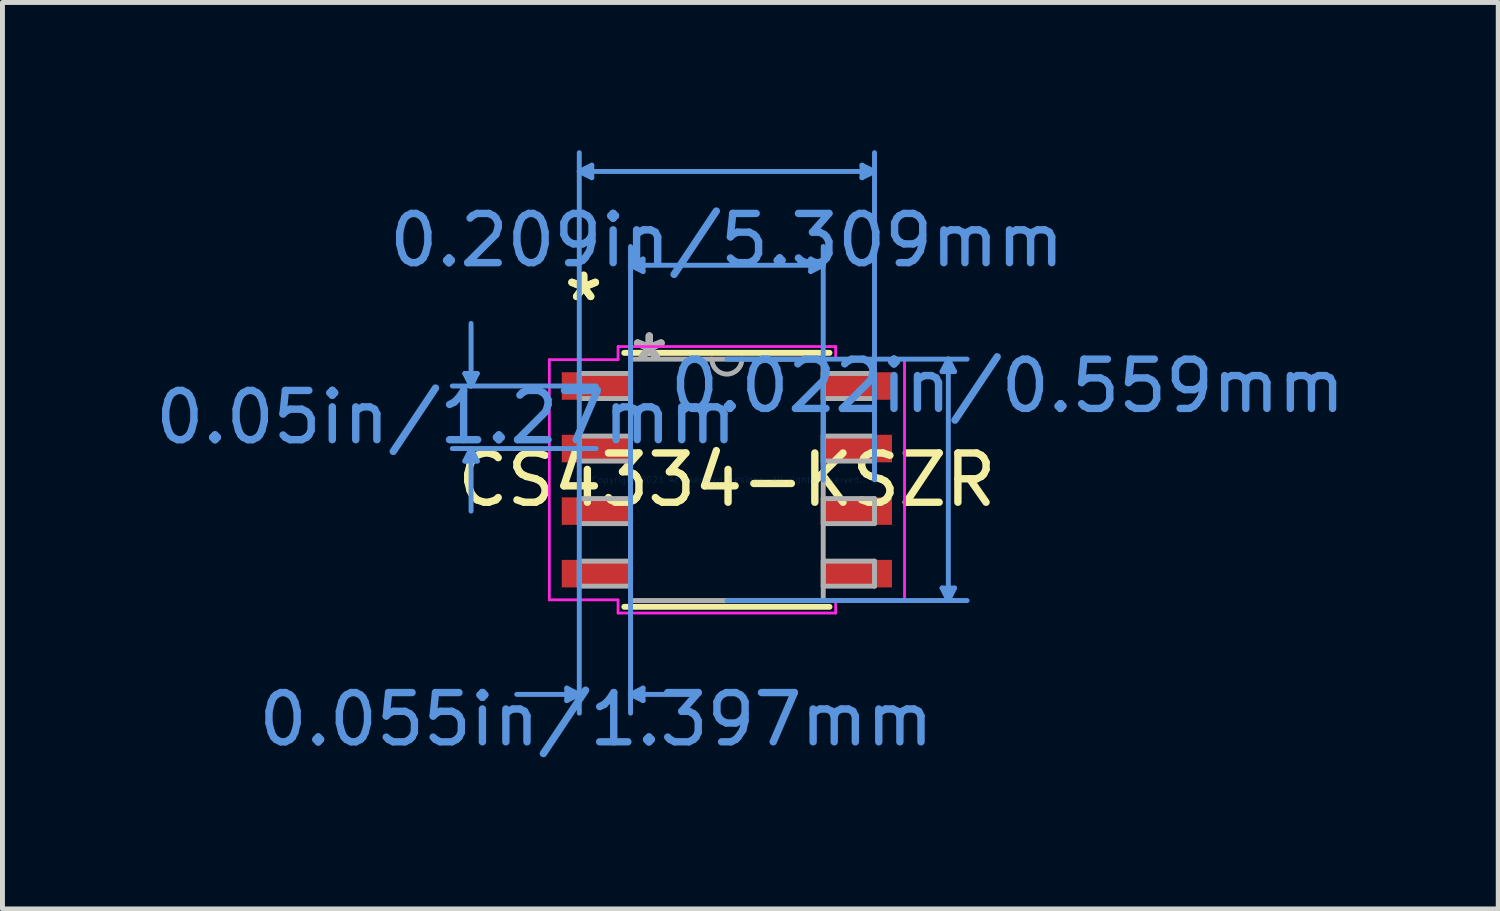
<source format=kicad_pcb>
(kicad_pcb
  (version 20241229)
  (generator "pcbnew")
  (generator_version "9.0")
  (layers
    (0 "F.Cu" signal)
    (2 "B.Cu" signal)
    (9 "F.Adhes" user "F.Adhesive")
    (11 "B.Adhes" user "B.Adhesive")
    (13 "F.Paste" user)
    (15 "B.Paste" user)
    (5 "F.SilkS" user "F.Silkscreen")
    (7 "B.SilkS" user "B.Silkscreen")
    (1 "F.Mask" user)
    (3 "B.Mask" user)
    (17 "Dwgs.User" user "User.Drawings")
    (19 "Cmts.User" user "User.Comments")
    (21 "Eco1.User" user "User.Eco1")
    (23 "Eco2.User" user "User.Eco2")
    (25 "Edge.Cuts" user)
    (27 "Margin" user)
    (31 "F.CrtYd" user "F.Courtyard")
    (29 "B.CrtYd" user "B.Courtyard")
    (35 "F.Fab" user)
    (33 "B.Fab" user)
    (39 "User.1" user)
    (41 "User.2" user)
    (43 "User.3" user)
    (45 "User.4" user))
  (footprint "CS4334-KSZR"
    (layer "F.Cu")
    (at 11.708 6.692)
    (property "Reference" "CS4334-KSZR" (at 0 0 0) (layer "F.SilkS") (effects (font (size 1 1) (thickness 0.15))))
    (attr through_hole)
    (fp_line (start -2.083 2.578) (end 2.083 2.578) (stroke (width 0.12) (type solid)) (layer "F.SilkS"))
    (fp_line (start 2.083 -2.578) (end -2.083 -2.578) (stroke (width 0.12) (type solid)) (layer "F.SilkS"))
    (fp_line (start -5.321 -2.159) (end -5.067 -2.159) (stroke (width 0.1) (type solid)) (layer "Cmts.User"))
    (fp_line (start -5.321 -0.381) (end -5.067 -0.381) (stroke (width 0.1) (type solid)) (layer "Cmts.User"))
    (fp_line (start -5.194 -1.905) (end -5.321 -2.159) (stroke (width 0.1) (type solid)) (layer "Cmts.User"))
    (fp_line (start -5.194 -1.905) (end -5.194 -3.175) (stroke (width 0.1) (type solid)) (layer "Cmts.User"))
    (fp_line (start -5.194 -1.905) (end -5.067 -2.159) (stroke (width 0.1) (type solid)) (layer "Cmts.User"))
    (fp_line (start -5.194 -0.635) (end -5.321 -0.381) (stroke (width 0.1) (type solid)) (layer "Cmts.User"))
    (fp_line (start -5.194 -0.635) (end -5.194 0.635) (stroke (width 0.1) (type solid)) (layer "Cmts.User"))
    (fp_line (start -5.194 -0.635) (end -5.067 -0.381) (stroke (width 0.1) (type solid)) (layer "Cmts.User"))
    (fp_line (start -3.251 4.229) (end -3.251 4.483) (stroke (width 0.1) (type solid)) (layer "Cmts.User"))
    (fp_line (start -2.997 -6.261) (end -2.743 -6.388) (stroke (width 0.1) (type solid)) (layer "Cmts.User"))
    (fp_line (start -2.997 -6.261) (end -2.743 -6.134) (stroke (width 0.1) (type solid)) (layer "Cmts.User"))
    (fp_line (start -2.997 -6.261) (end 2.997 -6.261) (stroke (width 0.1) (type solid)) (layer "Cmts.User"))
    (fp_line (start -2.997 0) (end -2.997 -6.642) (stroke (width 0.1) (type solid)) (layer "Cmts.User"))
    (fp_line (start -2.997 0) (end -2.997 4.737) (stroke (width 0.1) (type solid)) (layer "Cmts.User"))
    (fp_line (start -2.997 4.356) (end -4.267 4.356) (stroke (width 0.1) (type solid)) (layer "Cmts.User"))
    (fp_line (start -2.997 4.356) (end -3.251 4.229) (stroke (width 0.1) (type solid)) (layer "Cmts.User"))
    (fp_line (start -2.997 4.356) (end -3.251 4.483) (stroke (width 0.1) (type solid)) (layer "Cmts.User"))
    (fp_line (start -2.743 -6.388) (end -2.743 -6.134) (stroke (width 0.1) (type solid)) (layer "Cmts.User"))
    (fp_line (start -2.654 -1.905) (end -5.575 -1.905) (stroke (width 0.1) (type solid)) (layer "Cmts.User"))
    (fp_line (start -2.654 -0.635) (end -5.575 -0.635) (stroke (width 0.1) (type solid)) (layer "Cmts.User"))
    (fp_line (start -1.956 -4.356) (end -1.702 -4.483) (stroke (width 0.1) (type solid)) (layer "Cmts.User"))
    (fp_line (start -1.956 -4.356) (end -1.702 -4.229) (stroke (width 0.1) (type solid)) (layer "Cmts.User"))
    (fp_line (start -1.956 -4.356) (end 1.956 -4.356) (stroke (width 0.1) (type solid)) (layer "Cmts.User"))
    (fp_line (start -1.956 0) (end -1.956 -4.737) (stroke (width 0.1) (type solid)) (layer "Cmts.User"))
    (fp_line (start -1.956 0) (end -1.956 4.737) (stroke (width 0.1) (type solid)) (layer "Cmts.User"))
    (fp_line (start -1.956 4.356) (end -1.702 4.229) (stroke (width 0.1) (type solid)) (layer "Cmts.User"))
    (fp_line (start -1.956 4.356) (end -1.702 4.483) (stroke (width 0.1) (type solid)) (layer "Cmts.User"))
    (fp_line (start -1.956 4.356) (end -0.686 4.356) (stroke (width 0.1) (type solid)) (layer "Cmts.User"))
    (fp_line (start -1.702 -4.483) (end -1.702 -4.229) (stroke (width 0.1) (type solid)) (layer "Cmts.User"))
    (fp_line (start -1.702 4.229) (end -1.702 4.483) (stroke (width 0.1) (type solid)) (layer "Cmts.User"))
    (fp_line (start 0 -2.451) (end 4.877 -2.451) (stroke (width 0.1) (type solid)) (layer "Cmts.User"))
    (fp_line (start 0 2.451) (end 4.877 2.451) (stroke (width 0.1) (type solid)) (layer "Cmts.User"))
    (fp_line (start 1.702 -4.483) (end 1.702 -4.229) (stroke (width 0.1) (type solid)) (layer "Cmts.User"))
    (fp_line (start 1.956 -4.356) (end 1.702 -4.483) (stroke (width 0.1) (type solid)) (layer "Cmts.User"))
    (fp_line (start 1.956 -4.356) (end 1.702 -4.229) (stroke (width 0.1) (type solid)) (layer "Cmts.User"))
    (fp_line (start 1.956 0) (end 1.956 -4.737) (stroke (width 0.1) (type solid)) (layer "Cmts.User"))
    (fp_line (start 2.743 -6.388) (end 2.743 -6.134) (stroke (width 0.1) (type solid)) (layer "Cmts.User"))
    (fp_line (start 2.997 -6.261) (end 2.743 -6.388) (stroke (width 0.1) (type solid)) (layer "Cmts.User"))
    (fp_line (start 2.997 -6.261) (end 2.743 -6.134) (stroke (width 0.1) (type solid)) (layer "Cmts.User"))
    (fp_line (start 2.997 0) (end 2.997 -6.642) (stroke (width 0.1) (type solid)) (layer "Cmts.User"))
    (fp_line (start 4.369 -2.197) (end 4.623 -2.197) (stroke (width 0.1) (type solid)) (layer "Cmts.User"))
    (fp_line (start 4.369 2.197) (end 4.623 2.197) (stroke (width 0.1) (type solid)) (layer "Cmts.User"))
    (fp_line (start 4.496 -2.451) (end 4.369 -2.197) (stroke (width 0.1) (type solid)) (layer "Cmts.User"))
    (fp_line (start 4.496 -2.451) (end 4.496 2.451) (stroke (width 0.1) (type solid)) (layer "Cmts.User"))
    (fp_line (start 4.496 -2.451) (end 4.623 -2.197) (stroke (width 0.1) (type solid)) (layer "Cmts.User"))
    (fp_line (start 4.496 2.451) (end 4.369 2.197) (stroke (width 0.1) (type solid)) (layer "Cmts.User"))
    (fp_line (start 4.496 2.451) (end 4.623 2.197) (stroke (width 0.1) (type solid)) (layer "Cmts.User"))
    (fp_line (start -3.607 -2.438) (end -2.21 -2.438) (stroke (width 0.05) (type solid)) (layer "F.CrtYd"))
    (fp_line (start -3.607 -2.438) (end -2.21 -2.438) (stroke (width 0.05) (type solid)) (layer "F.CrtYd"))
    (fp_line (start -3.607 2.438) (end -3.607 -2.438) (stroke (width 0.05) (type solid)) (layer "F.CrtYd"))
    (fp_line (start -3.607 2.438) (end -3.607 -2.438) (stroke (width 0.05) (type solid)) (layer "F.CrtYd"))
    (fp_line (start -3.607 2.438) (end -2.21 2.438) (stroke (width 0.05) (type solid)) (layer "F.CrtYd"))
    (fp_line (start -2.21 -2.705) (end 2.21 -2.705) (stroke (width 0.05) (type solid)) (layer "F.CrtYd"))
    (fp_line (start -2.21 -2.705) (end 2.21 -2.705) (stroke (width 0.05) (type solid)) (layer "F.CrtYd"))
    (fp_line (start -2.21 -2.438) (end -2.21 -2.705) (stroke (width 0.05) (type solid)) (layer "F.CrtYd"))
    (fp_line (start -2.21 -2.438) (end -2.21 -2.705) (stroke (width 0.05) (type solid)) (layer "F.CrtYd"))
    (fp_line (start -2.21 2.438) (end -3.607 2.438) (stroke (width 0.05) (type solid)) (layer "F.CrtYd"))
    (fp_line (start -2.21 2.705) (end -2.21 2.438) (stroke (width 0.05) (type solid)) (layer "F.CrtYd"))
    (fp_line (start -2.21 2.705) (end -2.21 2.438) (stroke (width 0.05) (type solid)) (layer "F.CrtYd"))
    (fp_line (start 2.21 -2.705) (end 2.21 -2.438) (stroke (width 0.05) (type solid)) (layer "F.CrtYd"))
    (fp_line (start 2.21 -2.705) (end 2.21 -2.438) (stroke (width 0.05) (type solid)) (layer "F.CrtYd"))
    (fp_line (start 2.21 -2.438) (end 3.607 -2.438) (stroke (width 0.05) (type solid)) (layer "F.CrtYd"))
    (fp_line (start 2.21 2.438) (end 2.21 2.705) (stroke (width 0.05) (type solid)) (layer "F.CrtYd"))
    (fp_line (start 2.21 2.438) (end 2.21 2.705) (stroke (width 0.05) (type solid)) (layer "F.CrtYd"))
    (fp_line (start 2.21 2.705) (end -2.21 2.705) (stroke (width 0.05) (type solid)) (layer "F.CrtYd"))
    (fp_line (start 2.21 2.705) (end -2.21 2.705) (stroke (width 0.05) (type solid)) (layer "F.CrtYd"))
    (fp_line (start 3.607 -2.438) (end 2.21 -2.438) (stroke (width 0.05) (type solid)) (layer "F.CrtYd"))
    (fp_line (start 3.607 -2.438) (end 3.607 2.438) (stroke (width 0.05) (type solid)) (layer "F.CrtYd"))
    (fp_line (start 3.607 -2.438) (end 3.607 2.438) (stroke (width 0.05) (type solid)) (layer "F.CrtYd"))
    (fp_line (start 3.607 2.438) (end 2.21 2.438) (stroke (width 0.05) (type solid)) (layer "F.CrtYd"))
    (fp_line (start 3.607 2.438) (end 2.21 2.438) (stroke (width 0.05) (type solid)) (layer "F.CrtYd"))
    (fp_line (start -2.997 -2.159) (end -2.997 -1.651) (stroke (width 0.1) (type solid)) (layer "F.Fab"))
    (fp_line (start -2.997 -1.651) (end -1.956 -1.651) (stroke (width 0.1) (type solid)) (layer "F.Fab"))
    (fp_line (start -2.997 -0.889) (end -2.997 -0.381) (stroke (width 0.1) (type solid)) (layer "F.Fab"))
    (fp_line (start -2.997 -0.381) (end -1.956 -0.381) (stroke (width 0.1) (type solid)) (layer "F.Fab"))
    (fp_line (start -2.997 0.381) (end -2.997 0.889) (stroke (width 0.1) (type solid)) (layer "F.Fab"))
    (fp_line (start -2.997 0.889) (end -1.956 0.889) (stroke (width 0.1) (type solid)) (layer "F.Fab"))
    (fp_line (start -2.997 1.651) (end -2.997 2.159) (stroke (width 0.1) (type solid)) (layer "F.Fab"))
    (fp_line (start -2.997 2.159) (end -1.956 2.159) (stroke (width 0.1) (type solid)) (layer "F.Fab"))
    (fp_line (start -1.956 -2.451) (end -1.956 2.451) (stroke (width 0.1) (type solid)) (layer "F.Fab"))
    (fp_line (start -1.956 -2.159) (end -2.997 -2.159) (stroke (width 0.1) (type solid)) (layer "F.Fab"))
    (fp_line (start -1.956 -1.651) (end -1.956 -2.159) (stroke (width 0.1) (type solid)) (layer "F.Fab"))
    (fp_line (start -1.956 -0.889) (end -2.997 -0.889) (stroke (width 0.1) (type solid)) (layer "F.Fab"))
    (fp_line (start -1.956 -0.381) (end -1.956 -0.889) (stroke (width 0.1) (type solid)) (layer "F.Fab"))
    (fp_line (start -1.956 0.381) (end -2.997 0.381) (stroke (width 0.1) (type solid)) (layer "F.Fab"))
    (fp_line (start -1.956 0.889) (end -1.956 0.381) (stroke (width 0.1) (type solid)) (layer "F.Fab"))
    (fp_line (start -1.956 1.651) (end -2.997 1.651) (stroke (width 0.1) (type solid)) (layer "F.Fab"))
    (fp_line (start -1.956 2.159) (end -1.956 1.651) (stroke (width 0.1) (type solid)) (layer "F.Fab"))
    (fp_line (start -1.956 2.451) (end 1.956 2.451) (stroke (width 0.1) (type solid)) (layer "F.Fab"))
    (fp_line (start 1.956 -2.451) (end -1.956 -2.451) (stroke (width 0.1) (type solid)) (layer "F.Fab"))
    (fp_line (start 1.956 -2.159) (end 1.956 -1.651) (stroke (width 0.1) (type solid)) (layer "F.Fab"))
    (fp_line (start 1.956 -1.651) (end 2.997 -1.651) (stroke (width 0.1) (type solid)) (layer "F.Fab"))
    (fp_line (start 1.956 -0.889) (end 1.956 -0.381) (stroke (width 0.1) (type solid)) (layer "F.Fab"))
    (fp_line (start 1.956 -0.381) (end 2.997 -0.381) (stroke (width 0.1) (type solid)) (layer "F.Fab"))
    (fp_line (start 1.956 0.381) (end 1.956 0.889) (stroke (width 0.1) (type solid)) (layer "F.Fab"))
    (fp_line (start 1.956 0.889) (end 2.997 0.889) (stroke (width 0.1) (type solid)) (layer "F.Fab"))
    (fp_line (start 1.956 1.651) (end 1.956 2.159) (stroke (width 0.1) (type solid)) (layer "F.Fab"))
    (fp_line (start 1.956 2.159) (end 2.997 2.159) (stroke (width 0.1) (type solid)) (layer "F.Fab"))
    (fp_line (start 1.956 2.451) (end 1.956 -2.451) (stroke (width 0.1) (type solid)) (layer "F.Fab"))
    (fp_line (start 2.997 -2.159) (end 1.956 -2.159) (stroke (width 0.1) (type solid)) (layer "F.Fab"))
    (fp_line (start 2.997 -1.651) (end 2.997 -2.159) (stroke (width 0.1) (type solid)) (layer "F.Fab"))
    (fp_line (start 2.997 -0.889) (end 1.956 -0.889) (stroke (width 0.1) (type solid)) (layer "F.Fab"))
    (fp_line (start 2.997 -0.381) (end 2.997 -0.889) (stroke (width 0.1) (type solid)) (layer "F.Fab"))
    (fp_line (start 2.997 0.381) (end 1.956 0.381) (stroke (width 0.1) (type solid)) (layer "F.Fab"))
    (fp_line (start 2.997 0.889) (end 2.997 0.381) (stroke (width 0.1) (type solid)) (layer "F.Fab"))
    (fp_line (start 2.997 1.651) (end 1.956 1.651) (stroke (width 0.1) (type solid)) (layer "F.Fab"))
    (fp_line (start 2.997 2.159) (end 2.997 1.651) (stroke (width 0.1) (type solid)) (layer "F.Fab"))
    (fp_arc (start 0.3048 -2.4511) (mid 0 -2.1463) (end -0.3048 -2.4511) (stroke (width 0.1) (type solid)) (layer "F.Fab"))
    (fp_text user "*" (at -2.908 -3.607 0) (layer "F.SilkS") (effects (font (size 1 1) (thickness 0.15))))
    (fp_text user "*" (at -2.908 -3.607 0) (layer "F.SilkS") (effects (font (size 1 1) (thickness 0.15))))
    (fp_text user "0.055in/1.397mm" (at -2.654 4.864 0) (layer "Cmts.User") (effects (font (size 1 1) (thickness 0.15))))
    (fp_text user "0.022in/0.559mm" (at 5.702 -1.905 0) (layer "Cmts.User") (effects (font (size 1 1) (thickness 0.15))))
    (fp_text user "0.05in/1.27mm" (at -5.702 -1.27 0) (layer "Cmts.User") (effects (font (size 1 1) (thickness 0.15))))
    (fp_text user "Copyright 2021 Accelerated Designs. All rights reserved." (at 0 0 0) (layer "Cmts.User") (effects (font (size 0.127 0.127) (thickness 0.002))))
    (fp_text user "0.209in/5.309mm" (at 0 -4.864 0) (layer "Cmts.User") (effects (font (size 1 1) (thickness 0.15))))
    (fp_text user "*" (at -1.575 -2.375 0) (layer "F.Fab") (effects (font (size 1 1) (thickness 0.15))))
    (fp_text user "*" (at -1.575 -2.375 0) (layer "F.Fab") (effects (font (size 1 1) (thickness 0.15))))
    (pad "1" smd rect (at -2.654 -1.905) (size 1.397 0.559) (layers "F.Cu" "F.Mask" "F.Paste"))
    (pad "2" smd rect (at -2.654 -0.635) (size 1.397 0.559) (layers "F.Cu" "F.Mask" "F.Paste"))
    (pad "3" smd rect (at -2.654 0.635) (size 1.397 0.559) (layers "F.Cu" "F.Mask" "F.Paste"))
    (pad "4" smd rect (at -2.654 1.905) (size 1.397 0.559) (layers "F.Cu" "F.Mask" "F.Paste"))
    (pad "5" smd rect (at 2.654 1.905) (size 1.397 0.559) (layers "F.Cu" "F.Mask" "F.Paste"))
    (pad "6" smd rect (at 2.654 0.635) (size 1.397 0.559) (layers "F.Cu" "F.Mask" "F.Paste"))
    (pad "7" smd rect (at 2.654 -0.635) (size 1.397 0.559) (layers "F.Cu" "F.Mask" "F.Paste"))
    (pad "8" smd rect (at 2.654 -1.905) (size 1.397 0.559) (layers "F.Cu" "F.Mask" "F.Paste")))
  (gr_rect
    (start -3 -3)
    (end 27.369 15.404)
    (stroke (width 0.1) (type default))
    (fill no)
    (layer "Edge.Cuts")))
</source>
